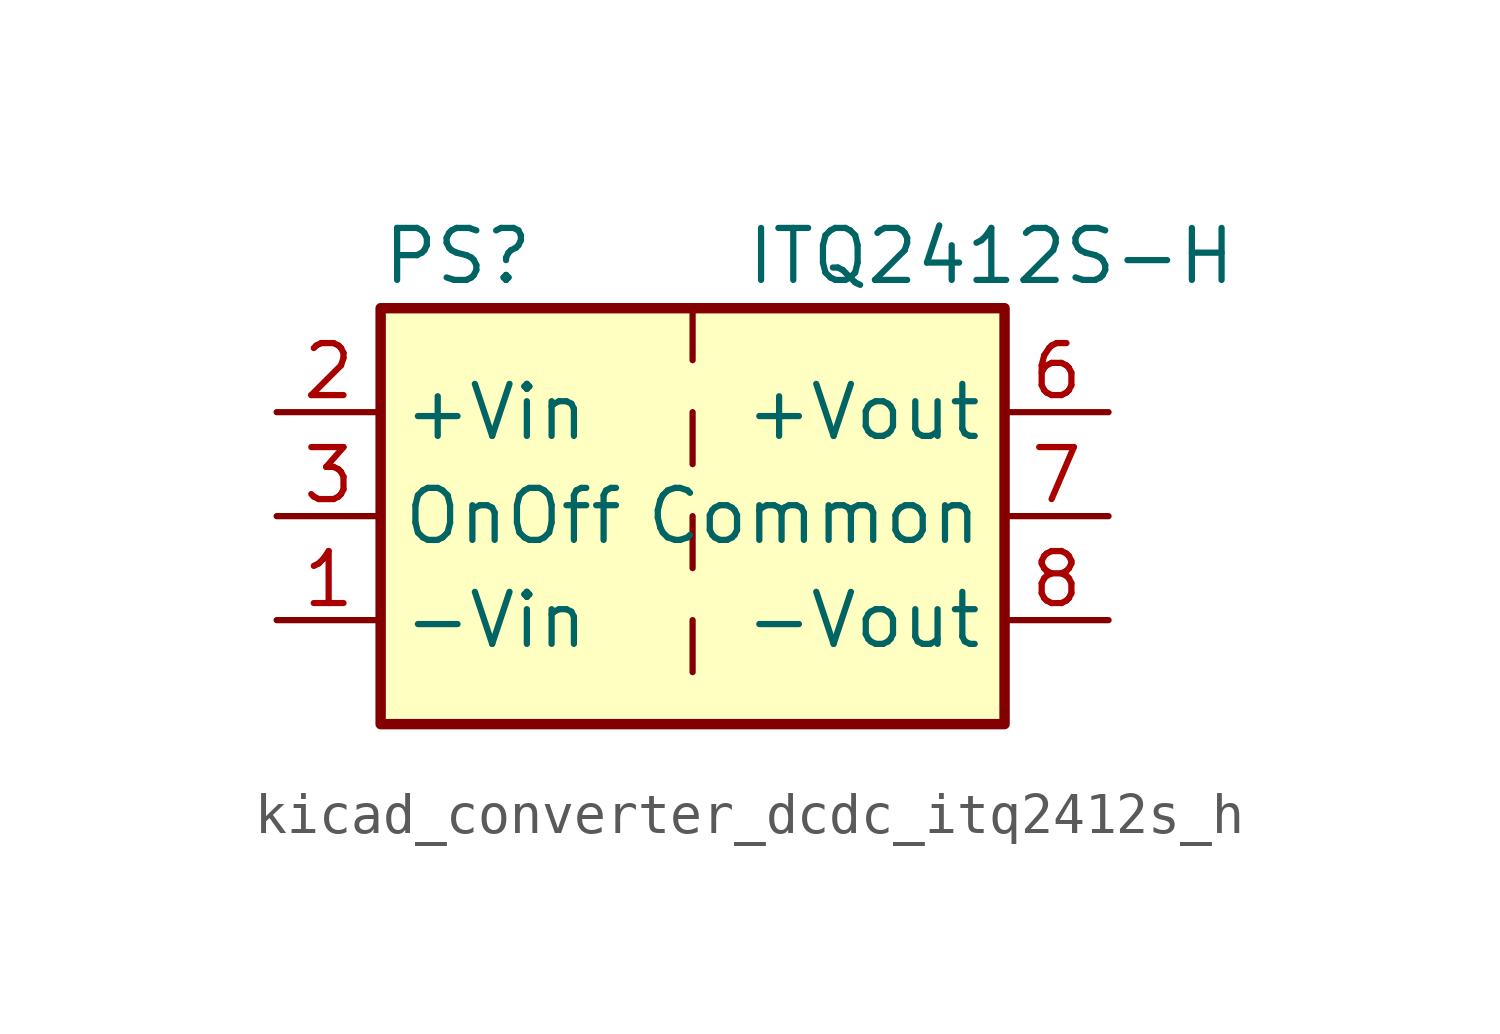
<source format=kicad_sym>
(kicad_symbol_lib
  (version 20220914)
  (generator kicad_symbol_editor)
  (symbol "kicad_converter_dcdc_itq2412s_h"
    (property "Reference" "PS"
      (at -7.62 6.35 0)
      (effects (font (size 1.27 1.27)) (justify left)))
    (property "Value" "ITQ2412S-H"
      (at 1.27 6.35 0)
      (effects (font (size 1.27 1.27)) (justify left)))
    (symbol "kicad_converter_dcdc_itq2412s_h_0_0"
      (pin power_in line (at -10.16 -2.54 0) (length 2.54) (name "-Vin" (effects (font (size 1.27 1.27)))) (number "1" (effects (font (size 1.27 1.27)))))
      (pin power_in line (at -10.16 2.54 0) (length 2.54) (name "+Vin" (effects (font (size 1.27 1.27)))) (number "2" (effects (font (size 1.27 1.27)))))
      (pin input line (at -10.16 0 0) (length 2.54) (name "OnOff" (effects (font (size 1.27 1.27)))) (number "3" (effects (font (size 1.27 1.27)))))
      (pin power_out line (at 10.16 2.54 180) (length 2.54) (name "+Vout" (effects (font (size 1.27 1.27)))) (number "6" (effects (font (size 1.27 1.27)))))
      (pin power_out line (at 10.16 0 180) (length 2.54) (name "Common" (effects (font (size 1.27 1.27)))) (number "7" (effects (font (size 1.27 1.27)))))
      (pin power_out line (at 10.16 -2.54 180) (length 2.54) (name "-Vout" (effects (font (size 1.27 1.27)))) (number "8" (effects (font (size 1.27 1.27))))))
    (symbol "kicad_converter_dcdc_itq2412s_h_0_1"
      (rectangle (start -7.62 5.08) (end 7.62 -5.08) (stroke (width 0.254) (type default)) (fill (type background)))
      (polyline (pts (xy 0 -2.54) (xy 0 -3.81)) (stroke (width 0) (type default)) (fill (type none)))
      (polyline (pts (xy 0 0) (xy 0 -1.27)) (stroke (width 0) (type default)) (fill (type none)))
      (polyline (pts (xy 0 2.54) (xy 0 1.27)) (stroke (width 0) (type default)) (fill (type none)))
      (polyline (pts (xy 0 5.08) (xy 0 3.81)) (stroke (width 0) (type default)) (fill (type none))))))
</source>
